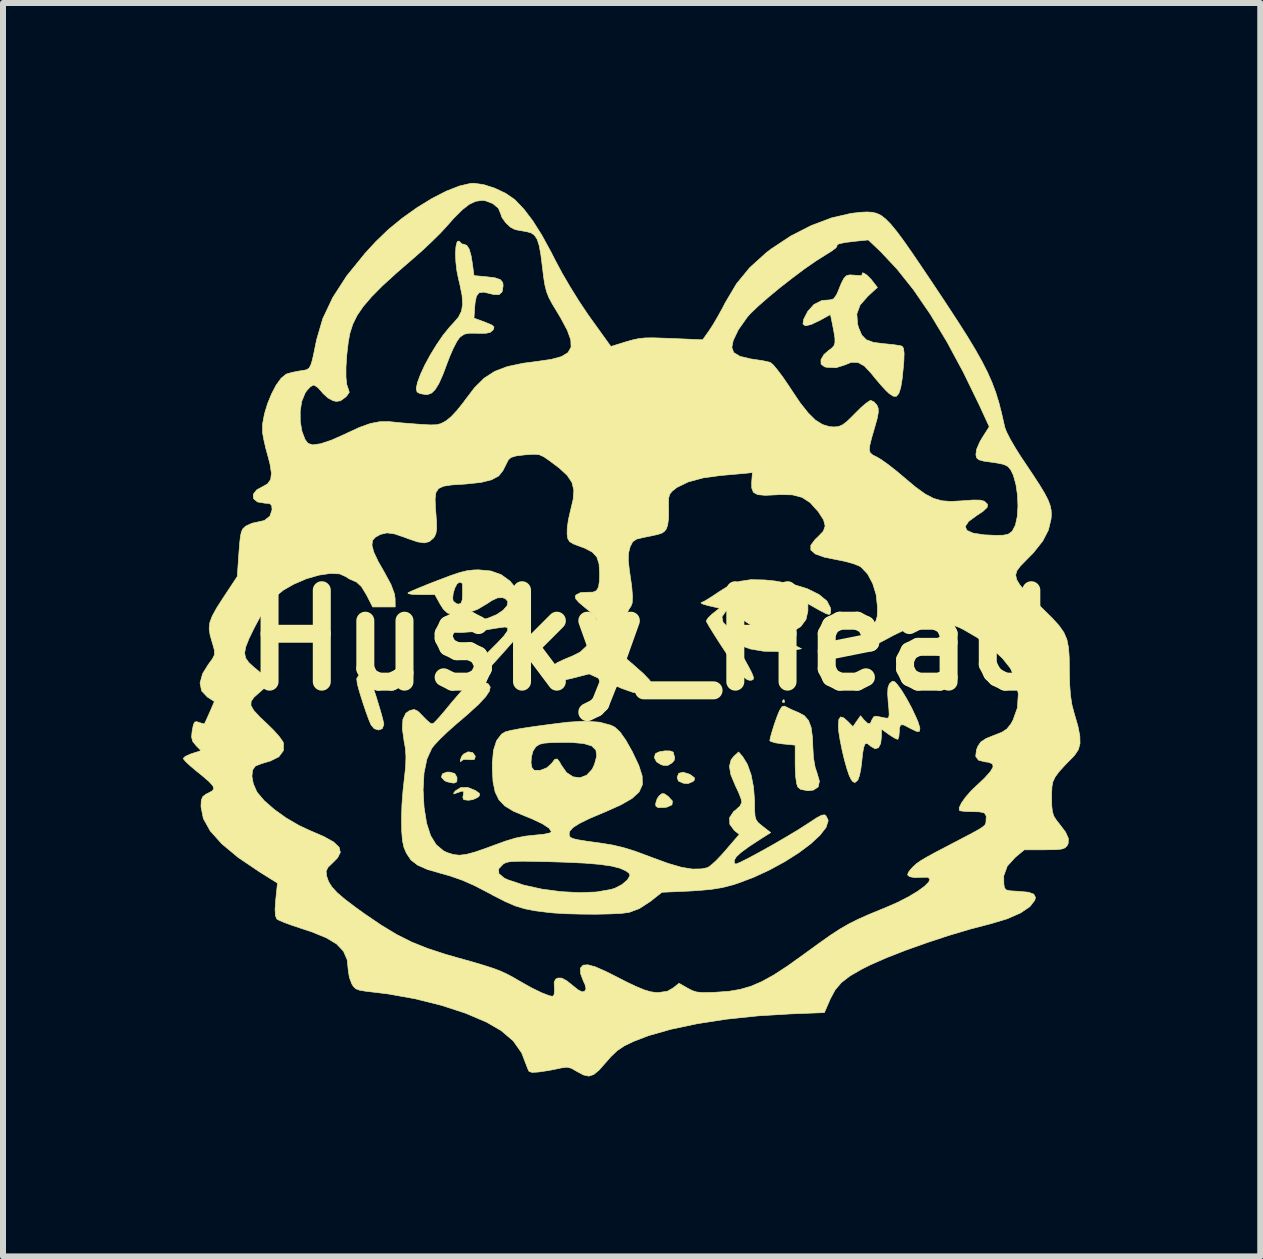
<source format=kicad_pcb>
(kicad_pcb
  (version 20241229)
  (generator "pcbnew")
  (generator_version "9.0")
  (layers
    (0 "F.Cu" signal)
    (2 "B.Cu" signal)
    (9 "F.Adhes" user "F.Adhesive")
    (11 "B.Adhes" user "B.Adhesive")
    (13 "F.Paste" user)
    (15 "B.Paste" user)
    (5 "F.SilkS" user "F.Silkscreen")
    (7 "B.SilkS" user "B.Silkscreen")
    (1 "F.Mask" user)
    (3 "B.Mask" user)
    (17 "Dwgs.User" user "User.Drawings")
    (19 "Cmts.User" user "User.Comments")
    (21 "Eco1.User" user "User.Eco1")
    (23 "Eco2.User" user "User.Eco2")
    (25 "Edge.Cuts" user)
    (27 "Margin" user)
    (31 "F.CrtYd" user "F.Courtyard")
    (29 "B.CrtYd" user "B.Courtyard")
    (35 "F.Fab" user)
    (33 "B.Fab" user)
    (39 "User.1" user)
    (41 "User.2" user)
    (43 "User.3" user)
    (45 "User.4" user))
  (footprint "Husky_Head"
    (layer "F.Cu")
    (at 7.794 7.625)
    (property "Reference" "Husky_Head" (at 0 0 0) (layer "F.SilkS") (effects (font (size 1.524 1.524) (thickness 0.3))))
    (attr through_hole)
    (fp_poly (pts (xy 2.23 0.995) (xy 2.235 1.033) (xy 2.23 1.037) (xy 2.204 1.033) (xy 2.201 1.016) (xy 2.217 0.99) (xy 2.23 0.995)) (stroke (width 0.01) (type solid)) (fill yes) (layer "F.SilkS"))
    (fp_poly (pts (xy 0.645 2.23) (xy 0.672 2.245) (xy 0.734 2.292) (xy 0.731 2.332) (xy 0.711 2.353) (xy 0.626 2.389) (xy 0.55 2.383) (xy 0.466 2.346) (xy 0.445 2.285) (xy 0.472 2.218) (xy 0.544 2.199) (xy 0.645 2.23)) (stroke (width 0.01) (type solid)) (fill yes) (layer "F.SilkS"))
    (fp_poly (pts (xy -3.351 2.197) (xy -3.263 2.22) (xy -3.227 2.282) (xy -3.225 2.294) (xy -3.228 2.359) (xy -3.274 2.38) (xy -3.289 2.38) (xy -3.387 2.36) (xy -3.431 2.341) (xy -3.485 2.281) (xy -3.468 2.226) (xy -3.393 2.197) (xy -3.351 2.197)) (stroke (width 0.01) (type solid)) (fill yes) (layer "F.SilkS"))
    (fp_poly (pts (xy 0.234 2.56) (xy 0.296 2.603) (xy 0.367 2.681) (xy 0.359 2.743) (xy 0.276 2.781) (xy 0.222 2.788) (xy 0.127 2.789) (xy 0.091 2.764) (xy 0.086 2.725) (xy 0.113 2.639) (xy 0.146 2.593) (xy 0.192 2.556) (xy 0.234 2.56)) (stroke (width 0.01) (type solid)) (fill yes) (layer "F.SilkS"))
    (fp_poly (pts (xy -2.964 1.872) (xy -2.923 1.927) (xy -2.921 1.944) (xy -2.937 1.988) (xy -2.999 1.992) (xy -3.023 1.988) (xy -3.115 1.987) (xy -3.147 2.008) (xy -3.166 2.025) (xy -3.17 2) (xy -3.148 1.937) (xy -3.116 1.897) (xy -3.039 1.859) (xy -2.964 1.872)) (stroke (width 0.01) (type solid)) (fill yes) (layer "F.SilkS"))
    (fp_poly (pts (xy 0.331 1.845) (xy 0.379 1.864) (xy 0.381 1.871) (xy 0.395 1.925) (xy 0.405 1.946) (xy 0.396 2.002) (xy 0.359 2.044) (xy 0.289 2.086) (xy 0.223 2.086) (xy 0.179 2.074) (xy 0.102 2.026) (xy 0.065 1.955) (xy 0.083 1.891) (xy 0.087 1.887) (xy 0.151 1.858) (xy 0.244 1.843) (xy 0.331 1.845)) (stroke (width 0.01) (type solid)) (fill yes) (layer "F.SilkS"))
    (fp_poly (pts (xy -2.916 2.505) (xy -2.852 2.552) (xy -2.851 2.591) (xy -2.875 2.616) (xy -2.96 2.656) (xy -3.037 2.667) (xy -3.113 2.657) (xy -3.128 2.616) (xy -3.122 2.588) (xy -3.112 2.526) (xy -3.139 2.513) (xy -3.22 2.541) (xy -3.222 2.542) (xy -3.279 2.561) (xy -3.277 2.542) (xy -3.251 2.51) (xy -3.163 2.455) (xy -3.045 2.453) (xy -2.916 2.505)) (stroke (width 0.01) (type solid)) (fill yes) (layer "F.SilkS"))
    (fp_poly (pts (xy -4.697 0.585) (xy -4.664 0.671) (xy -4.622 0.79) (xy -4.576 0.929) (xy -4.532 1.073) (xy -4.492 1.207) (xy -4.462 1.318) (xy -4.446 1.391) (xy -4.445 1.405) (xy -4.471 1.473) (xy -4.533 1.496) (xy -4.605 1.473) (xy -4.657 1.412) (xy -4.691 1.333) (xy -4.736 1.211) (xy -4.785 1.067) (xy -4.832 0.92) (xy -4.87 0.79) (xy -4.887 0.724) (xy -4.897 0.641) (xy -4.871 0.595) (xy -4.824 0.571) (xy -4.749 0.548) (xy -4.717 0.547) (xy -4.697 0.585)) (stroke (width 0.01) (type solid)) (fill yes) (layer "F.SilkS"))
    (fp_poly (pts (xy 2.266 1.112) (xy 2.347 1.153) (xy 2.458 1.2) (xy 2.466 1.203) (xy 2.565 1.256) (xy 2.635 1.336) (xy 2.679 1.453) (xy 2.701 1.616) (xy 2.707 1.769) (xy 2.718 1.958) (xy 2.746 2.119) (xy 2.777 2.21) (xy 2.817 2.348) (xy 2.797 2.444) (xy 2.717 2.497) (xy 2.627 2.508) (xy 2.506 2.486) (xy 2.457 2.447) (xy 2.438 2.39) (xy 2.423 2.286) (xy 2.415 2.154) (xy 2.413 2.067) (xy 2.413 1.748) (xy 2.201 1.727) (xy 2.081 1.709) (xy 2.004 1.685) (xy 1.99 1.671) (xy 2.002 1.612) (xy 2.03 1.513) (xy 2.067 1.396) (xy 2.108 1.28) (xy 2.145 1.188) (xy 2.157 1.163) (xy 2.196 1.104) (xy 2.236 1.097) (xy 2.266 1.112)) (stroke (width 0.01) (type solid)) (fill yes) (layer "F.SilkS"))
    (fp_poly (pts (xy -3.177 -6.648) (xy -3.175 -6.638) (xy -3.141 -6.607) (xy -3.114 -6.604) (xy -3.062 -6.584) (xy -3.021 -6.521) (xy -2.989 -6.407) (xy -2.967 -6.271) (xy -2.942 -6.08) (xy -2.752 -6.063) (xy -2.593 -6.044) (xy -2.502 -6.013) (xy -2.462 -5.964) (xy -2.456 -5.912) (xy -2.473 -5.809) (xy -2.525 -5.762) (xy -2.62 -5.766) (xy -2.662 -5.777) (xy -2.78 -5.805) (xy -2.857 -5.794) (xy -2.901 -5.738) (xy -2.923 -5.629) (xy -2.928 -5.577) (xy -2.942 -5.371) (xy -2.761 -5.305) (xy -2.653 -5.261) (xy -2.609 -5.228) (xy -2.615 -5.19) (xy -2.625 -5.174) (xy -2.668 -5.136) (xy -2.739 -5.119) (xy -2.866 -5.118) (xy -2.885 -5.119) (xy -3.02 -5.12) (xy -3.102 -5.104) (xy -3.164 -5.063) (xy -3.183 -5.046) (xy -3.228 -4.981) (xy -3.285 -4.872) (xy -3.345 -4.735) (xy -3.385 -4.631) (xy -3.461 -4.428) (xy -3.527 -4.281) (xy -3.588 -4.182) (xy -3.647 -4.123) (xy -3.712 -4.098) (xy -3.742 -4.096) (xy -3.841 -4.113) (xy -3.89 -4.139) (xy -3.905 -4.196) (xy -3.884 -4.297) (xy -3.834 -4.432) (xy -3.761 -4.59) (xy -3.669 -4.759) (xy -3.565 -4.929) (xy -3.456 -5.088) (xy -3.345 -5.225) (xy -3.285 -5.289) (xy -3.201 -5.386) (xy -3.15 -5.487) (xy -3.131 -5.605) (xy -3.141 -5.754) (xy -3.18 -5.946) (xy -3.198 -6.017) (xy -3.227 -6.16) (xy -3.244 -6.308) (xy -3.25 -6.446) (xy -3.243 -6.561) (xy -3.225 -6.636) (xy -3.207 -6.656) (xy -3.177 -6.648)) (stroke (width 0.01) (type solid)) (fill yes) (layer "F.SilkS"))
    (fp_poly (pts (xy 4.073 0.692) (xy 4.116 0.738) (xy 4.187 0.834) (xy 4.27 0.971) (xy 4.355 1.128) (xy 4.429 1.285) (xy 4.46 1.357) (xy 4.493 1.464) (xy 4.486 1.517) (xy 4.435 1.518) (xy 4.335 1.47) (xy 4.318 1.46) (xy 4.221 1.41) (xy 4.17 1.41) (xy 4.151 1.464) (xy 4.149 1.524) (xy 4.142 1.604) (xy 4.126 1.648) (xy 4.119 1.651) (xy 4.072 1.631) (xy 3.993 1.581) (xy 3.971 1.566) (xy 3.852 1.48) (xy 3.852 1.595) (xy 3.839 1.719) (xy 3.801 1.791) (xy 3.744 1.808) (xy 3.672 1.766) (xy 3.659 1.754) (xy 3.614 1.719) (xy 3.58 1.726) (xy 3.556 1.781) (xy 3.537 1.888) (xy 3.524 2.014) (xy 3.508 2.145) (xy 3.485 2.256) (xy 3.458 2.328) (xy 3.45 2.339) (xy 3.408 2.372) (xy 3.373 2.355) (xy 3.346 2.32) (xy 3.312 2.249) (xy 3.273 2.132) (xy 3.232 1.985) (xy 3.194 1.823) (xy 3.162 1.664) (xy 3.14 1.525) (xy 3.133 1.423) (xy 3.141 1.32) (xy 3.17 1.277) (xy 3.223 1.293) (xy 3.293 1.355) (xy 3.376 1.44) (xy 3.439 1.349) (xy 3.503 1.258) (xy 3.561 1.328) (xy 3.624 1.387) (xy 3.667 1.385) (xy 3.692 1.326) (xy 3.726 1.272) (xy 3.769 1.266) (xy 3.863 1.285) (xy 3.912 1.295) (xy 3.951 1.299) (xy 3.973 1.284) (xy 3.98 1.238) (xy 3.976 1.149) (xy 3.965 1.043) (xy 3.955 0.891) (xy 3.96 0.791) (xy 3.983 0.729) (xy 3.993 0.717) (xy 4.036 0.681) (xy 4.073 0.692)) (stroke (width 0.01) (type solid)) (fill yes) (layer "F.SilkS"))
    (fp_poly (pts (xy 3.556 -6.123) (xy 3.609 -6.088) (xy 3.677 -6.02) (xy 3.696 -5.996) (xy 3.784 -5.883) (xy 3.626 -5.738) (xy 3.496 -5.591) (xy 3.441 -5.442) (xy 3.453 -5.273) (xy 3.47 -5.212) (xy 3.523 -5.088) (xy 3.598 -5.011) (xy 3.717 -4.967) (xy 3.898 -4.944) (xy 3.904 -4.944) (xy 4.045 -4.93) (xy 4.154 -4.914) (xy 4.196 -4.903) (xy 4.219 -4.868) (xy 4.229 -4.787) (xy 4.225 -4.652) (xy 4.218 -4.572) (xy 4.197 -4.361) (xy 4.172 -4.209) (xy 4.14 -4.113) (xy 4.1 -4.068) (xy 4.047 -4.07) (xy 3.979 -4.115) (xy 3.924 -4.167) (xy 3.847 -4.251) (xy 3.752 -4.363) (xy 3.679 -4.453) (xy 3.567 -4.573) (xy 3.46 -4.632) (xy 3.349 -4.635) (xy 3.236 -4.589) (xy 3.095 -4.545) (xy 2.936 -4.552) (xy 2.903 -4.56) (xy 2.845 -4.604) (xy 2.843 -4.678) (xy 2.893 -4.764) (xy 2.966 -4.828) (xy 3.023 -4.87) (xy 3.059 -4.91) (xy 3.076 -4.961) (xy 3.076 -5.034) (xy 3.059 -5.144) (xy 3.028 -5.302) (xy 3.023 -5.328) (xy 3.001 -5.432) (xy 2.826 -5.335) (xy 2.679 -5.265) (xy 2.584 -5.243) (xy 2.543 -5.272) (xy 2.554 -5.35) (xy 2.619 -5.477) (xy 2.624 -5.485) (xy 2.726 -5.599) (xy 2.858 -5.665) (xy 2.999 -5.676) (xy 3.055 -5.693) (xy 3.104 -5.763) (xy 3.125 -5.81) (xy 3.18 -5.946) (xy 3.223 -6.031) (xy 3.266 -6.077) (xy 3.319 -6.092) (xy 3.392 -6.088) (xy 3.41 -6.086) (xy 3.51 -6.08) (xy 3.533 -6.098) (xy 3.53 -6.102) (xy 3.533 -6.125) (xy 3.556 -6.123)) (stroke (width 0.01) (type solid)) (fill yes) (layer "F.SilkS"))
    (fp_poly (pts (xy -2.663 -1.156) (xy -2.491 -1.096) (xy -2.343 -0.989) (xy -2.208 -0.828) (xy -2.139 -0.72) (xy -2.071 -0.601) (xy -2.026 -0.507) (xy -2.009 -0.425) (xy -2.023 -0.344) (xy -2.071 -0.252) (xy -2.157 -0.138) (xy -2.283 0.011) (xy -2.378 0.12) (xy -2.51 0.268) (xy -2.626 0.396) (xy -2.718 0.495) (xy -2.779 0.556) (xy -2.799 0.571) (xy -2.825 0.544) (xy -2.851 0.477) (xy -2.853 0.471) (xy -2.855 0.371) (xy -2.826 0.317) (xy -2.776 0.267) (xy -2.691 0.183) (xy -2.589 0.081) (xy -2.572 0.065) (xy -2.447 -0.067) (xy -2.383 -0.157) (xy -2.378 -0.208) (xy -2.424 -0.222) (xy -2.491 -0.214) (xy -2.611 -0.196) (xy -2.731 -0.175) (xy -2.951 -0.144) (xy -3.154 -0.13) (xy -3.323 -0.134) (xy -3.437 -0.155) (xy -3.469 -0.172) (xy -3.487 -0.216) (xy -3.433 -0.25) (xy -3.302 -0.278) (xy -3.122 -0.298) (xy -2.95 -0.319) (xy -2.782 -0.35) (xy -2.708 -0.369) (xy -2.564 -0.428) (xy -2.456 -0.501) (xy -2.39 -0.577) (xy -2.376 -0.646) (xy -2.421 -0.696) (xy -2.465 -0.71) (xy -2.548 -0.708) (xy -2.644 -0.664) (xy -2.709 -0.62) (xy -2.882 -0.517) (xy -3.064 -0.449) (xy -3.233 -0.424) (xy -3.302 -0.429) (xy -3.385 -0.456) (xy -3.451 -0.517) (xy -3.507 -0.605) (xy -3.56 -0.701) (xy -3.297 -0.701) (xy -3.288 -0.653) (xy -3.232 -0.609) (xy -3.197 -0.603) (xy -3.157 -0.619) (xy -3.137 -0.676) (xy -3.133 -0.762) (xy -3.133 -0.945) (xy -3.166 -0.967) (xy -3.185 -0.968) (xy -3.225 -0.94) (xy -3.261 -0.872) (xy -3.288 -0.784) (xy -3.297 -0.701) (xy -3.56 -0.701) (xy -3.594 -0.762) (xy -3.837 -0.762) (xy -3.975 -0.766) (xy -4.041 -0.779) (xy -4.041 -0.792) (xy -3.989 -0.818) (xy -3.878 -0.865) (xy -3.725 -0.928) (xy -3.545 -0.998) (xy -3.337 -1.077) (xy -3.182 -1.129) (xy -3.061 -1.159) (xy -2.953 -1.172) (xy -2.868 -1.175) (xy -2.663 -1.156)) (stroke (width 0.01) (type solid)) (fill yes) (layer "F.SilkS"))
    (fp_poly (pts (xy 1.904 -1.006) (xy 2.081 -0.988) (xy 2.368 -0.936) (xy 2.614 -0.86) (xy 2.809 -0.764) (xy 2.942 -0.655) (xy 3.003 -0.537) (xy 3.006 -0.505) (xy 3.002 -0.451) (xy 2.981 -0.43) (xy 2.929 -0.444) (xy 2.832 -0.494) (xy 2.762 -0.533) (xy 2.625 -0.611) (xy 2.625 -0.488) (xy 2.593 -0.347) (xy 2.506 -0.229) (xy 2.379 -0.151) (xy 2.319 -0.134) (xy 2.113 -0.123) (xy 1.895 -0.162) (xy 1.691 -0.242) (xy 1.525 -0.354) (xy 1.457 -0.43) (xy 1.395 -0.508) (xy 1.348 -0.534) (xy 1.296 -0.513) (xy 1.255 -0.482) (xy 1.192 -0.391) (xy 1.211 -0.298) (xy 1.281 -0.23) (xy 1.353 -0.186) (xy 1.441 -0.149) (xy 1.562 -0.113) (xy 1.733 -0.074) (xy 1.959 -0.03) (xy 2.134 0.007) (xy 2.289 0.047) (xy 2.397 0.081) (xy 2.413 0.089) (xy 2.519 0.141) (xy 2.392 0.162) (xy 2.135 0.187) (xy 1.887 0.182) (xy 1.673 0.146) (xy 1.585 0.116) (xy 1.412 0.042) (xy 1.549 0.283) (xy 1.636 0.439) (xy 1.691 0.546) (xy 1.717 0.613) (xy 1.716 0.649) (xy 1.691 0.664) (xy 1.654 0.667) (xy 1.614 0.656) (xy 1.565 0.62) (xy 1.503 0.55) (xy 1.421 0.441) (xy 1.312 0.284) (xy 1.249 0.191) (xy 1.143 0.03) (xy 1.053 -0.112) (xy 0.983 -0.225) (xy 0.941 -0.299) (xy 0.931 -0.323) (xy 0.959 -0.37) (xy 1.026 -0.435) (xy 1.042 -0.448) (xy 1.153 -0.535) (xy 0.972 -0.576) (xy 0.878 -0.602) (xy 0.842 -0.623) (xy 0.851 -0.63) (xy 0.909 -0.657) (xy 0.984 -0.703) (xy 2.144 -0.703) (xy 2.146 -0.611) (xy 2.17 -0.475) (xy 2.201 -0.398) (xy 2.243 -0.376) (xy 2.301 -0.405) (xy 2.32 -0.421) (xy 2.388 -0.521) (xy 2.389 -0.622) (xy 2.332 -0.696) (xy 2.233 -0.755) (xy 2.171 -0.758) (xy 2.144 -0.703) (xy 0.984 -0.703) (xy 1.007 -0.717) (xy 1.127 -0.797) (xy 1.147 -0.811) (xy 1.319 -0.918) (xy 1.488 -0.983) (xy 1.675 -1.011) (xy 1.904 -1.006)) (stroke (width 0.01) (type solid)) (fill yes) (layer "F.SilkS"))
    (fp_poly (pts (xy -2.774 0.692) (xy -2.702 0.729) (xy -2.671 0.78) (xy -2.686 0.849) (xy -2.749 0.943) (xy -2.864 1.066) (xy -3.035 1.223) (xy -3.238 1.397) (xy -3.378 1.521) (xy -3.505 1.642) (xy -3.602 1.746) (xy -3.646 1.802) (xy -3.727 1.981) (xy -3.775 2.214) (xy -3.79 2.494) (xy -3.774 2.784) (xy -3.732 3.048) (xy -3.666 3.255) (xy -3.572 3.408) (xy -3.449 3.511) (xy -3.389 3.539) (xy -3.285 3.572) (xy -3.184 3.583) (xy -3.067 3.569) (xy -2.917 3.528) (xy -2.717 3.458) (xy -2.64 3.429) (xy -2.42 3.349) (xy -2.247 3.297) (xy -2.093 3.266) (xy -1.936 3.249) (xy -1.774 3.233) (xy -1.676 3.211) (xy -1.651 3.192) (xy -1.69 3.132) (xy -1.801 3.059) (xy -1.976 2.976) (xy -2.1 2.926) (xy -2.288 2.847) (xy -2.428 2.761) (xy -2.526 2.658) (xy -2.589 2.529) (xy -2.624 2.361) (xy -2.636 2.146) (xy -2.636 2.047) (xy -2.635 2.042) (xy -1.991 2.042) (xy -1.976 2.123) (xy -1.939 2.167) (xy -1.937 2.167) (xy -1.833 2.167) (xy -1.725 2.124) (xy -1.646 2.052) (xy -1.644 2.049) (xy -1.595 1.985) (xy -1.555 1.978) (xy -1.512 2.032) (xy -1.49 2.075) (xy -1.4 2.204) (xy -1.29 2.276) (xy -1.174 2.291) (xy -1.063 2.249) (xy -0.971 2.15) (xy -0.933 2.069) (xy -0.896 1.931) (xy -0.909 1.83) (xy -0.979 1.761) (xy -1.113 1.721) (xy -1.317 1.703) (xy -1.477 1.702) (xy -1.657 1.706) (xy -1.773 1.715) (xy -1.846 1.733) (xy -1.896 1.763) (xy -1.913 1.777) (xy -1.958 1.847) (xy -1.984 1.942) (xy -1.991 2.042) (xy -2.635 2.042) (xy -2.617 1.836) (xy -2.565 1.673) (xy -2.482 1.564) (xy -2.418 1.526) (xy -2.326 1.502) (xy -2.16 1.471) (xy -1.929 1.436) (xy -1.644 1.398) (xy -1.376 1.365) (xy -1.093 1.348) (xy -0.849 1.365) (xy -0.658 1.416) (xy -0.593 1.449) (xy -0.506 1.53) (xy -0.408 1.669) (xy -0.301 1.86) (xy -0.195 2.083) (xy -0.138 2.261) (xy -0.134 2.406) (xy -0.188 2.527) (xy -0.306 2.636) (xy -0.492 2.743) (xy -0.751 2.859) (xy -0.783 2.872) (xy -1.019 2.972) (xy -1.185 3.054) (xy -1.29 3.121) (xy -1.344 3.18) (xy -1.355 3.222) (xy -1.352 3.259) (xy -1.334 3.286) (xy -1.289 3.307) (xy -1.201 3.327) (xy -1.058 3.35) (xy -0.846 3.379) (xy -0.832 3.381) (xy -0.633 3.413) (xy -0.45 3.456) (xy -0.254 3.517) (xy -0.019 3.604) (xy 0.025 3.621) (xy 0.299 3.721) (xy 0.52 3.785) (xy 0.699 3.814) (xy 0.852 3.811) (xy 0.953 3.79) (xy 1.005 3.755) (xy 1.088 3.68) (xy 1.188 3.576) (xy 1.252 3.503) (xy 1.482 3.236) (xy 1.397 3.168) (xy 1.323 3.067) (xy 1.32 2.956) (xy 1.387 2.855) (xy 1.418 2.832) (xy 1.492 2.765) (xy 1.524 2.701) (xy 1.524 2.7) (xy 1.51 2.639) (xy 1.472 2.541) (xy 1.418 2.426) (xy 1.418 2.426) (xy 1.341 2.243) (xy 1.317 2.101) (xy 1.345 1.992) (xy 1.391 1.934) (xy 1.47 1.862) (xy 1.537 1.939) (xy 1.616 2.067) (xy 1.678 2.242) (xy 1.719 2.451) (xy 1.736 2.677) (xy 1.736 2.696) (xy 1.737 2.837) (xy 1.744 2.931) (xy 1.762 2.993) (xy 1.797 3.041) (xy 1.855 3.089) (xy 1.87 3.101) (xy 2.005 3.206) (xy 1.842 3.309) (xy 1.646 3.437) (xy 1.512 3.535) (xy 1.432 3.609) (xy 1.399 3.665) (xy 1.397 3.681) (xy 1.402 3.724) (xy 1.431 3.729) (xy 1.508 3.696) (xy 1.513 3.693) (xy 1.658 3.62) (xy 1.846 3.518) (xy 2.057 3.4) (xy 2.269 3.276) (xy 2.463 3.16) (xy 2.616 3.062) (xy 2.648 3.041) (xy 2.775 2.958) (xy 2.855 2.916) (xy 2.903 2.91) (xy 2.924 2.923) (xy 2.958 2.987) (xy 2.963 3.009) (xy 2.928 3.119) (xy 2.827 3.249) (xy 2.672 3.393) (xy 2.473 3.542) (xy 2.24 3.69) (xy 1.984 3.829) (xy 1.716 3.953) (xy 1.446 4.054) (xy 1.378 4.076) (xy 1.199 4.122) (xy 1.009 4.153) (xy 0.78 4.173) (xy 0.644 4.181) (xy 0.191 4.201) (xy 0 4.352) (xy -0.184 4.472) (xy -0.358 4.537) (xy -0.36 4.537) (xy -0.488 4.553) (xy -0.678 4.562) (xy -0.908 4.567) (xy -1.155 4.565) (xy -1.398 4.559) (xy -1.613 4.546) (xy -1.705 4.537) (xy -1.92 4.51) (xy -2.094 4.476) (xy -2.251 4.429) (xy -2.416 4.358) (xy -2.612 4.258) (xy -2.689 4.216) (xy -2.929 4.091) (xy -3.138 3.999) (xy -3.345 3.927) (xy -3.492 3.886) (xy -3.721 3.819) (xy -3.737 3.812) (xy -2.532 3.812) (xy -2.526 3.891) (xy -2.436 3.965) (xy -2.381 3.991) (xy -2.113 4.081) (xy -1.811 4.148) (xy -1.495 4.19) (xy -1.184 4.207) (xy -0.9 4.196) (xy -0.663 4.155) (xy -0.593 4.134) (xy -0.477 4.074) (xy -0.388 3.999) (xy -0.382 3.991) (xy -0.342 3.925) (xy -0.355 3.884) (xy -0.413 3.842) (xy -0.51 3.799) (xy -0.649 3.764) (xy -0.841 3.736) (xy -1.093 3.715) (xy -1.415 3.7) (xy -1.662 3.692) (xy -1.925 3.686) (xy -2.117 3.683) (xy -2.252 3.685) (xy -2.341 3.691) (xy -2.4 3.703) (xy -2.442 3.722) (xy -2.455 3.731) (xy -2.532 3.812) (xy -3.737 3.812) (xy -3.882 3.748) (xy -3.992 3.663) (xy -4.068 3.55) (xy -4.109 3.453) (xy -4.134 3.34) (xy -4.147 3.175) (xy -4.15 2.972) (xy -4.143 2.741) (xy -4.124 2.495) (xy -4.103 2.307) (xy -4.081 2.103) (xy -4.076 1.938) (xy -4.087 1.792) (xy -4.107 1.681) (xy -4.136 1.473) (xy -4.127 1.319) (xy -4.078 1.216) (xy -4.013 1.171) (xy -3.939 1.153) (xy -3.881 1.18) (xy -3.848 1.21) (xy -3.748 1.313) (xy -3.685 1.371) (xy -3.646 1.393) (xy -3.617 1.383) (xy -3.582 1.35) (xy -3.569 1.336) (xy -3.512 1.273) (xy -3.427 1.174) (xy -3.331 1.057) (xy -3.302 1.022) (xy -3.159 0.857) (xy -3.038 0.748) (xy -2.93 0.69) (xy -2.829 0.68) (xy -2.774 0.692)) (stroke (width 0.01) (type solid)) (fill yes) (layer "F.SilkS"))
    (fp_poly (pts (xy -2.781 -7.597) (xy -2.594 -7.537) (xy -2.413 -7.451) (xy -2.267 -7.351) (xy -2.252 -7.337) (xy -2.106 -7.183) (xy -1.961 -6.992) (xy -1.812 -6.756) (xy -1.655 -6.469) (xy -1.586 -6.333) (xy -1.476 -6.127) (xy -1.339 -5.892) (xy -1.19 -5.652) (xy -1.044 -5.434) (xy -1.005 -5.379) (xy -0.66 -4.899) (xy -0.406 -4.977) (xy -0.293 -5.009) (xy -0.194 -5.03) (xy -0.09 -5.041) (xy 0.043 -5.043) (xy 0.226 -5.037) (xy 0.359 -5.032) (xy 0.871 -5.01) (xy 0.98 -5.164) (xy 1.044 -5.262) (xy 1.123 -5.397) (xy 1.207 -5.549) (xy 1.249 -5.631) (xy 1.435 -5.944) (xy 1.656 -6.213) (xy 1.927 -6.458) (xy 2.017 -6.527) (xy 2.341 -6.741) (xy 2.68 -6.914) (xy 3.019 -7.042) (xy 3.347 -7.118) (xy 3.518 -7.137) (xy 3.613 -7.141) (xy 3.695 -7.136) (xy 3.77 -7.119) (xy 3.844 -7.084) (xy 3.92 -7.025) (xy 4.005 -6.939) (xy 4.103 -6.82) (xy 4.22 -6.663) (xy 4.36 -6.463) (xy 4.529 -6.214) (xy 4.683 -5.985) (xy 4.916 -5.635) (xy 5.113 -5.334) (xy 5.279 -5.074) (xy 5.416 -4.847) (xy 5.528 -4.648) (xy 5.62 -4.467) (xy 5.695 -4.297) (xy 5.757 -4.132) (xy 5.809 -3.963) (xy 5.855 -3.783) (xy 5.9 -3.585) (xy 5.906 -3.556) (xy 5.936 -3.476) (xy 5.998 -3.354) (xy 6.084 -3.206) (xy 6.185 -3.046) (xy 6.217 -2.999) (xy 6.369 -2.772) (xy 6.486 -2.593) (xy 6.571 -2.452) (xy 6.629 -2.34) (xy 6.664 -2.248) (xy 6.681 -2.167) (xy 6.684 -2.087) (xy 6.679 -2.023) (xy 6.635 -1.838) (xy 6.54 -1.655) (xy 6.385 -1.459) (xy 6.252 -1.324) (xy 6.166 -1.236) (xy 6.11 -1.161) (xy 6.089 -1.09) (xy 6.105 -1.012) (xy 6.161 -0.92) (xy 6.262 -0.803) (xy 6.41 -0.653) (xy 6.548 -0.519) (xy 6.703 -0.366) (xy 6.816 -0.241) (xy 6.894 -0.128) (xy 6.943 -0.013) (xy 6.97 0.121) (xy 6.982 0.288) (xy 6.984 0.492) (xy 6.989 0.728) (xy 7.003 0.917) (xy 7.027 1.075) (xy 7.065 1.218) (xy 7.066 1.222) (xy 7.127 1.432) (xy 7.159 1.595) (xy 7.162 1.72) (xy 7.135 1.821) (xy 7.077 1.909) (xy 7.049 1.94) (xy 6.908 2.085) (xy 6.81 2.193) (xy 6.747 2.279) (xy 6.71 2.357) (xy 6.694 2.44) (xy 6.689 2.545) (xy 6.689 2.619) (xy 6.691 2.762) (xy 6.702 2.86) (xy 6.726 2.934) (xy 6.771 3.003) (xy 6.815 3.058) (xy 6.921 3.198) (xy 6.969 3.305) (xy 6.964 3.391) (xy 6.945 3.426) (xy 6.911 3.46) (xy 6.857 3.48) (xy 6.762 3.49) (xy 6.607 3.492) (xy 6.565 3.493) (xy 6.233 3.493) (xy 6.082 3.618) (xy 5.949 3.765) (xy 5.89 3.928) (xy 5.892 4.066) (xy 5.903 4.129) (xy 5.933 4.162) (xy 6.002 4.177) (xy 6.133 4.185) (xy 6.137 4.185) (xy 6.302 4.2) (xy 6.392 4.233) (xy 6.419 4.287) (xy 6.408 4.334) (xy 6.325 4.441) (xy 6.169 4.546) (xy 5.951 4.642) (xy 5.682 4.723) (xy 5.652 4.731) (xy 5.327 4.816) (xy 4.974 4.921) (xy 4.613 5.04) (xy 4.262 5.165) (xy 3.941 5.29) (xy 3.67 5.409) (xy 3.526 5.481) (xy 3.325 5.597) (xy 3.183 5.707) (xy 3.08 5.828) (xy 2.998 5.979) (xy 2.985 6.011) (xy 2.9 6.207) (xy 2.328 6.229) (xy 1.786 6.262) (xy 1.265 6.317) (xy 0.78 6.392) (xy 0.342 6.485) (xy -0.035 6.592) (xy -0.286 6.689) (xy -0.438 6.763) (xy -0.554 6.841) (xy -0.66 6.942) (xy -0.745 7.039) (xy -0.857 7.166) (xy -0.947 7.24) (xy -1.029 7.266) (xy -1.116 7.247) (xy -1.224 7.189) (xy -1.229 7.186) (xy -1.32 7.134) (xy -1.393 7.117) (xy -1.49 7.13) (xy -1.539 7.141) (xy -1.694 7.172) (xy -1.849 7.195) (xy -1.871 7.198) (xy -1.976 7.204) (xy -2.026 7.185) (xy -2.051 7.13) (xy -2.053 7.123) (xy -2.147 6.878) (xy -2.288 6.678) (xy -2.489 6.507) (xy -2.733 6.366) (xy -3.08 6.218) (xy -3.485 6.086) (xy -3.925 5.976) (xy -4.372 5.896) (xy -4.566 5.872) (xy -4.739 5.852) (xy -4.848 5.834) (xy -4.911 5.81) (xy -4.95 5.774) (xy -4.979 5.728) (xy -5.019 5.621) (xy -5.038 5.505) (xy -5.038 5.498) (xy -5.056 5.325) (xy -5.118 5.183) (xy -5.232 5.063) (xy -5.408 4.958) (xy -5.655 4.858) (xy -5.798 4.811) (xy -5.967 4.755) (xy -6.109 4.703) (xy -6.203 4.662) (xy -6.228 4.647) (xy -6.252 4.592) (xy -6.258 4.484) (xy -6.247 4.326) (xy -6.218 4.048) (xy -6.52 3.859) (xy -6.874 3.62) (xy -7.146 3.393) (xy -7.339 3.178) (xy -7.454 2.971) (xy -7.493 2.773) (xy -7.493 2.77) (xy -7.488 2.668) (xy -7.465 2.608) (xy -7.411 2.566) (xy -7.37 2.546) (xy -7.305 2.511) (xy -7.279 2.473) (xy -7.296 2.424) (xy -7.36 2.354) (xy -7.478 2.253) (xy -7.563 2.185) (xy -7.67 2.095) (xy -7.75 2.02) (xy -7.788 1.974) (xy -7.789 1.969) (xy -7.754 1.935) (xy -7.666 1.896) (xy -7.641 1.887) (xy -7.492 1.84) (xy -7.579 1.751) (xy -7.632 1.684) (xy -7.65 1.612) (xy -7.64 1.507) (xy -7.638 1.499) (xy -7.619 1.405) (xy -7.596 1.362) (xy -7.561 1.357) (xy -7.526 1.369) (xy -7.458 1.391) (xy -7.435 1.392) (xy -7.419 1.358) (xy -7.384 1.282) (xy -7.348 1.201) (xy -7.27 1.021) (xy -7.388 0.944) (xy -7.483 0.843) (xy -7.509 0.712) (xy -7.466 0.556) (xy -7.372 0.404) (xy -7.302 0.309) (xy -7.268 0.242) (xy -7.268 0.212) (xy -6.766 0.212) (xy -6.749 0.295) (xy -6.696 0.371) (xy -6.606 0.453) (xy -6.562 0.489) (xy -6.458 0.576) (xy -6.382 0.649) (xy -6.35 0.692) (xy -6.35 0.694) (xy -6.377 0.736) (xy -6.447 0.806) (xy -6.521 0.871) (xy -6.611 0.951) (xy -6.658 1.02) (xy -6.66 1.089) (xy -6.612 1.171) (xy -6.513 1.278) (xy -6.393 1.391) (xy -6.279 1.503) (xy -6.186 1.608) (xy -6.128 1.69) (xy -6.118 1.713) (xy -6.119 1.838) (xy -6.195 1.942) (xy -6.34 2.014) (xy -6.367 2.021) (xy -6.486 2.057) (xy -6.576 2.092) (xy -6.589 2.099) (xy -6.633 2.164) (xy -6.644 2.267) (xy -6.621 2.391) (xy -6.567 2.516) (xy -6.554 2.538) (xy -6.441 2.672) (xy -6.273 2.819) (xy -6.072 2.963) (xy -5.858 3.088) (xy -5.684 3.169) (xy -5.443 3.273) (xy -5.28 3.364) (xy -5.191 3.45) (xy -5.17 3.536) (xy -5.216 3.627) (xy -5.295 3.707) (xy -5.376 3.785) (xy -5.407 3.85) (xy -5.399 3.928) (xy -5.398 3.933) (xy -5.366 4.024) (xy -5.311 4.112) (xy -5.224 4.207) (xy -5.095 4.317) (xy -4.916 4.453) (xy -4.77 4.558) (xy -4.486 4.751) (xy -4.231 4.905) (xy -3.983 5.03) (xy -3.719 5.136) (xy -3.417 5.235) (xy -3.239 5.286) (xy -2.975 5.36) (xy -2.776 5.419) (xy -2.624 5.468) (xy -2.504 5.513) (xy -2.399 5.561) (xy -2.293 5.617) (xy -2.18 5.683) (xy -1.981 5.795) (xy -1.812 5.877) (xy -1.684 5.926) (xy -1.63 5.936) (xy -1.606 5.908) (xy -1.599 5.834) (xy -1.602 5.795) (xy -1.605 5.701) (xy -1.582 5.651) (xy -1.542 5.63) (xy -1.478 5.632) (xy -1.396 5.676) (xy -1.306 5.748) (xy -1.206 5.828) (xy -1.14 5.861) (xy -1.097 5.852) (xy -1.074 5.81) (xy -1.091 5.738) (xy -1.121 5.673) (xy -1.162 5.565) (xy -1.169 5.477) (xy -1.164 5.461) (xy -1.122 5.416) (xy -1.043 5.41) (xy -0.921 5.443) (xy -0.75 5.518) (xy -0.623 5.581) (xy -0.399 5.696) (xy -0.23 5.776) (xy -0.101 5.829) (xy 0.001 5.859) (xy 0.09 5.872) (xy 0.13 5.873) (xy 0.283 5.851) (xy 0.379 5.796) (xy 0.477 5.718) (xy 0.62 5.8) (xy 0.699 5.841) (xy 0.774 5.864) (xy 0.871 5.873) (xy 1.016 5.871) (xy 1.098 5.867) (xy 1.308 5.852) (xy 1.496 5.82) (xy 1.676 5.768) (xy 1.859 5.689) (xy 2.058 5.579) (xy 2.285 5.431) (xy 2.552 5.24) (xy 2.592 5.211) (xy 2.819 5.046) (xy 3.003 4.916) (xy 3.161 4.813) (xy 3.309 4.728) (xy 3.463 4.651) (xy 3.64 4.572) (xy 3.856 4.483) (xy 3.909 4.462) (xy 4.12 4.37) (xy 4.305 4.275) (xy 4.458 4.183) (xy 4.572 4.099) (xy 4.641 4.029) (xy 4.659 3.977) (xy 4.618 3.95) (xy 4.519 3.952) (xy 4.406 3.956) (xy 4.323 3.941) (xy 4.321 3.94) (xy 4.287 3.911) (xy 4.301 3.868) (xy 4.337 3.821) (xy 4.384 3.77) (xy 4.438 3.722) (xy 4.511 3.671) (xy 4.617 3.609) (xy 4.766 3.528) (xy 4.971 3.421) (xy 5.016 3.397) (xy 5.227 3.287) (xy 5.379 3.207) (xy 5.481 3.15) (xy 5.543 3.109) (xy 5.576 3.079) (xy 5.59 3.052) (xy 5.594 3.029) (xy 5.599 2.931) (xy 5.569 2.879) (xy 5.488 2.86) (xy 5.383 2.857) (xy 5.258 2.854) (xy 5.172 2.844) (xy 5.152 2.838) (xy 5.147 2.793) (xy 5.185 2.713) (xy 5.257 2.612) (xy 5.352 2.504) (xy 5.409 2.45) (xy 5.568 2.3) (xy 5.668 2.189) (xy 5.713 2.111) (xy 5.703 2.061) (xy 5.64 2.034) (xy 5.577 2.026) (xy 5.47 1.999) (xy 5.423 1.935) (xy 5.435 1.83) (xy 5.459 1.767) (xy 5.508 1.695) (xy 5.595 1.638) (xy 5.726 1.585) (xy 5.859 1.533) (xy 5.943 1.478) (xy 6.007 1.398) (xy 6.044 1.333) (xy 6.118 1.126) (xy 6.133 0.895) (xy 6.09 0.662) (xy 6.002 0.467) (xy 5.868 0.299) (xy 5.678 0.123) (xy 5.453 -0.043) (xy 5.216 -0.181) (xy 5.153 -0.212) (xy 4.984 -0.278) (xy 4.827 -0.312) (xy 4.669 -0.313) (xy 4.497 -0.277) (xy 4.298 -0.202) (xy 4.059 -0.087) (xy 3.89 0.004) (xy 3.742 0.078) (xy 3.638 0.113) (xy 3.562 0.113) (xy 3.562 0.112) (xy 3.489 0.076) (xy 3.482 0.014) (xy 3.539 -0.079) (xy 3.63 -0.174) (xy 3.711 -0.256) (xy 3.758 -0.322) (xy 3.78 -0.394) (xy 3.785 -0.494) (xy 3.784 -0.569) (xy 3.762 -0.765) (xy 3.705 -0.948) (xy 3.622 -1.103) (xy 3.518 -1.215) (xy 3.487 -1.236) (xy 3.386 -1.277) (xy 3.24 -1.317) (xy 3.141 -1.337) (xy 2.905 -1.384) (xy 2.75 -1.439) (xy 2.674 -1.505) (xy 2.674 -1.585) (xy 2.747 -1.682) (xy 2.794 -1.726) (xy 2.882 -1.818) (xy 2.913 -1.906) (xy 2.887 -2.007) (xy 2.804 -2.136) (xy 2.792 -2.152) (xy 2.663 -2.295) (xy 2.528 -2.383) (xy 2.366 -2.425) (xy 2.157 -2.429) (xy 2.111 -2.426) (xy 1.915 -2.417) (xy 1.788 -2.428) (xy 1.717 -2.467) (xy 1.689 -2.539) (xy 1.688 -2.633) (xy 1.7 -2.796) (xy 1.538 -2.78) (xy 1.393 -2.767) (xy 1.222 -2.752) (xy 1.164 -2.747) (xy 0.876 -2.707) (xy 0.63 -2.64) (xy 0.446 -2.551) (xy 0.422 -2.534) (xy 0.359 -2.483) (xy 0.322 -2.436) (xy 0.304 -2.374) (xy 0.301 -2.28) (xy 0.303 -2.18) (xy 0.302 -2.035) (xy 0.287 -1.919) (xy 0.262 -1.852) (xy 0.231 -1.814) (xy 0.19 -1.787) (xy 0.12 -1.764) (xy 0.000306 -1.738) (xy -0.115 -1.715) (xy -0.231 -1.687) (xy -0.295 -1.644) (xy -0.336 -1.565) (xy -0.342 -1.547) (xy -0.366 -1.45) (xy -0.369 -1.331) (xy -0.352 -1.173) (xy -0.344 -1.121) (xy -0.312 -0.898) (xy -0.299 -0.733) (xy -0.304 -0.622) (xy -0.328 -0.56) (xy -0.335 -0.554) (xy -0.36 -0.514) (xy -0.399 -0.428) (xy -0.447 -0.314) (xy -0.496 -0.187) (xy -0.541 -0.064) (xy -0.575 0.039) (xy -0.592 0.106) (xy -0.593 0.115) (xy -0.566 0.151) (xy -0.493 0.224) (xy -0.386 0.321) (xy -0.275 0.416) (xy -0.115 0.558) (xy -0.013 0.665) (xy 0.033 0.746) (xy 0.03 0.808) (xy -0.008 0.851) (xy -0.079 0.885) (xy -0.173 0.89) (xy -0.299 0.865) (xy -0.468 0.806) (xy -0.691 0.711) (xy -0.776 0.673) (xy -1.022 0.56) (xy -1.317 0.636) (xy -1.514 0.679) (xy -1.649 0.687) (xy -1.732 0.658) (xy -1.769 0.598) (xy -1.749 0.53) (xy -1.669 0.449) (xy -1.547 0.369) (xy -1.425 0.313) (xy -1.299 0.261) (xy -1.195 0.209) (xy -1.17 0.195) (xy -1.066 0.098) (xy -0.976 -0.038) (xy -0.915 -0.188) (xy -0.904 -0.235) (xy -0.894 -0.312) (xy -0.906 -0.369) (xy -0.95 -0.426) (xy -1.038 -0.503) (xy -1.083 -0.539) (xy -1.191 -0.63) (xy -1.245 -0.691) (xy -1.254 -0.733) (xy -1.241 -0.756) (xy -1.163 -0.796) (xy -1.047 -0.801) (xy -0.957 -0.803) (xy -0.899 -0.828) (xy -0.865 -0.888) (xy -0.85 -0.992) (xy -0.847 -1.114) (xy -0.857 -1.275) (xy -0.894 -1.389) (xy -0.969 -1.47) (xy -1.092 -1.535) (xy -1.155 -1.558) (xy -1.28 -1.605) (xy -1.348 -1.645) (xy -1.378 -1.697) (xy -1.389 -1.772) (xy -1.387 -1.873) (xy -1.368 -2.007) (xy -1.337 -2.145) (xy -1.336 -2.148) (xy -1.289 -2.347) (xy -1.277 -2.503) (xy -1.308 -2.631) (xy -1.387 -2.749) (xy -1.521 -2.873) (xy -1.681 -2.993) (xy -1.779 -3.061) (xy -1.854 -3.094) (xy -1.942 -3.102) (xy -2.077 -3.093) (xy -2.092 -3.092) (xy -2.24 -3.074) (xy -2.325 -3.048) (xy -2.368 -3.009) (xy -2.371 -3.004) (xy -2.41 -2.927) (xy -2.457 -2.834) (xy -2.457 -2.832) (xy -2.529 -2.741) (xy -2.649 -2.676) (xy -2.826 -2.632) (xy -3.073 -2.606) (xy -3.128 -2.602) (xy -3.318 -2.59) (xy -3.45 -2.569) (xy -3.533 -2.53) (xy -3.577 -2.462) (xy -3.59 -2.355) (xy -3.584 -2.2) (xy -3.577 -2.122) (xy -3.566 -1.965) (xy -3.565 -1.856) (xy -3.576 -1.783) (xy -3.599 -1.73) (xy -3.621 -1.701) (xy -3.688 -1.645) (xy -3.77 -1.624) (xy -3.882 -1.641) (xy -4.042 -1.695) (xy -4.093 -1.715) (xy -4.263 -1.773) (xy -4.391 -1.791) (xy -4.5 -1.766) (xy -4.586 -1.719) (xy -4.634 -1.664) (xy -4.643 -1.583) (xy -4.612 -1.469) (xy -4.539 -1.314) (xy -4.436 -1.134) (xy -4.326 -0.931) (xy -4.268 -0.774) (xy -4.257 -0.699) (xy -4.255 -0.556) (xy -4.631 -0.556) (xy -4.733 -0.756) (xy -4.818 -0.895) (xy -4.9 -0.971) (xy -4.928 -0.983) (xy -5.028 -1.027) (xy -5.076 -1.06) (xy -5.18 -1.107) (xy -5.334 -1.115) (xy -5.524 -1.087) (xy -5.736 -1.026) (xy -5.947 -0.935) (xy -6.116 -0.839) (xy -6.256 -0.727) (xy -6.38 -0.587) (xy -6.498 -0.407) (xy -6.606 -0.206) (xy -6.694 -0.025) (xy -6.747 0.11) (xy -6.766 0.212) (xy -7.268 0.212) (xy -7.267 0.175) (xy -7.292 0.081) (xy -7.303 0.046) (xy -7.341 -0.087) (xy -7.357 -0.196) (xy -7.346 -0.296) (xy -7.306 -0.404) (xy -7.233 -0.537) (xy -7.127 -0.702) (xy -6.888 -1.064) (xy -6.861 -1.456) (xy -6.848 -1.622) (xy -6.835 -1.737) (xy -6.818 -1.812) (xy -6.794 -1.86) (xy -6.759 -1.893) (xy -6.736 -1.909) (xy -6.641 -1.952) (xy -6.566 -1.968) (xy -6.436 -1.997) (xy -6.344 -2.071) (xy -6.308 -2.176) (xy -6.308 -2.177) (xy -6.315 -2.251) (xy -6.352 -2.281) (xy -6.429 -2.286) (xy -6.552 -2.307) (xy -6.617 -2.362) (xy -6.622 -2.434) (xy -6.564 -2.508) (xy -6.472 -2.558) (xy -6.382 -2.609) (xy -6.331 -2.682) (xy -6.319 -2.787) (xy -6.342 -2.936) (xy -6.371 -3.048) (xy -6.411 -3.194) (xy -6.444 -3.337) (xy -6.465 -3.451) (xy -6.467 -3.469) (xy -6.466 -3.607) (xy -6.436 -3.769) (xy -6.421 -3.821) (xy -5.839 -3.821) (xy -5.838 -3.648) (xy -5.81 -3.484) (xy -5.758 -3.348) (xy -5.71 -3.284) (xy -5.631 -3.258) (xy -5.498 -3.277) (xy -5.315 -3.338) (xy -5.086 -3.44) (xy -5.069 -3.449) (xy -4.849 -3.55) (xy -4.671 -3.614) (xy -4.515 -3.644) (xy -4.359 -3.646) (xy -4.287 -3.639) (xy -4.16 -3.626) (xy -3.989 -3.612) (xy -3.83 -3.6) (xy -3.67 -3.591) (xy -3.566 -3.594) (xy -3.492 -3.613) (xy -3.42 -3.651) (xy -3.401 -3.663) (xy -3.321 -3.729) (xy -3.223 -3.834) (xy -3.123 -3.959) (xy -3.09 -4.004) (xy -2.931 -4.213) (xy -2.772 -4.37) (xy -2.597 -4.483) (xy -2.387 -4.563) (xy -2.124 -4.619) (xy -1.885 -4.65) (xy -1.653 -4.684) (xy -1.483 -4.73) (xy -1.374 -4.796) (xy -1.326 -4.882) (xy 1.357 -4.882) (xy 1.389 -4.797) (xy 1.493 -4.734) (xy 1.674 -4.691) (xy 1.736 -4.682) (xy 1.87 -4.662) (xy 1.978 -4.638) (xy 2.002 -4.63) (xy 2.047 -4.592) (xy 2.118 -4.507) (xy 2.208 -4.387) (xy 2.307 -4.242) (xy 2.348 -4.179) (xy 2.498 -3.956) (xy 2.631 -3.789) (xy 2.751 -3.671) (xy 2.867 -3.598) (xy 2.984 -3.562) (xy 3.06 -3.557) (xy 3.133 -3.563) (xy 3.198 -3.589) (xy 3.272 -3.644) (xy 3.369 -3.738) (xy 3.408 -3.778) (xy 3.51 -3.879) (xy 3.599 -3.955) (xy 3.661 -3.996) (xy 3.673 -4) (xy 3.728 -3.974) (xy 3.777 -3.919) (xy 3.797 -3.868) (xy 3.799 -3.8) (xy 3.781 -3.701) (xy 3.741 -3.557) (xy 3.733 -3.53) (xy 3.685 -3.365) (xy 3.657 -3.251) (xy 3.649 -3.175) (xy 3.664 -3.126) (xy 3.702 -3.092) (xy 3.763 -3.061) (xy 3.77 -3.058) (xy 3.85 -3.011) (xy 3.966 -2.928) (xy 4.104 -2.82) (xy 4.233 -2.711) (xy 4.423 -2.552) (xy 4.58 -2.439) (xy 4.72 -2.366) (xy 4.859 -2.326) (xy 5.01 -2.315) (xy 5.191 -2.325) (xy 5.205 -2.326) (xy 5.385 -2.339) (xy 5.5 -2.337) (xy 5.565 -2.319) (xy 5.569 -2.317) (xy 5.62 -2.268) (xy 5.614 -2.216) (xy 5.543 -2.149) (xy 5.44 -2.081) (xy 5.304 -1.981) (xy 5.249 -1.898) (xy 5.275 -1.833) (xy 5.381 -1.786) (xy 5.566 -1.758) (xy 5.746 -1.75) (xy 5.883 -1.752) (xy 5.965 -1.769) (xy 6.02 -1.808) (xy 6.034 -1.822) (xy 6.085 -1.921) (xy 6.116 -2.064) (xy 6.127 -2.235) (xy 6.12 -2.417) (xy 6.094 -2.595) (xy 6.051 -2.751) (xy 6.004 -2.848) (xy 5.958 -2.9) (xy 5.888 -2.933) (xy 5.769 -2.957) (xy 5.694 -2.968) (xy 5.553 -2.988) (xy 5.475 -3.01) (xy 5.439 -3.042) (xy 5.426 -3.094) (xy 5.438 -3.184) (xy 5.49 -3.305) (xy 5.53 -3.374) (xy 5.649 -3.561) (xy 5.486 -3.916) (xy 5.216 -4.471) (xy 4.942 -4.979) (xy 4.665 -5.438) (xy 4.387 -5.843) (xy 4.11 -6.191) (xy 3.838 -6.48) (xy 3.829 -6.489) (xy 3.632 -6.675) (xy 3.424 -6.654) (xy 3.242 -6.632) (xy 3.139 -6.609) (xy 3.107 -6.583) (xy 3.111 -6.573) (xy 3.091 -6.542) (xy 3.017 -6.487) (xy 2.907 -6.418) (xy 2.902 -6.415) (xy 2.747 -6.317) (xy 2.562 -6.188) (xy 2.361 -6.037) (xy 2.157 -5.878) (xy 1.965 -5.719) (xy 1.799 -5.574) (xy 1.671 -5.452) (xy 1.614 -5.388) (xy 1.466 -5.178) (xy 1.38 -4.999) (xy 1.357 -4.882) (xy -1.326 -4.882) (xy -1.323 -4.887) (xy -1.328 -5.009) (xy -1.386 -5.169) (xy -1.495 -5.373) (xy -1.557 -5.477) (xy -1.637 -5.609) (xy -1.694 -5.716) (xy -1.732 -5.813) (xy -1.759 -5.92) (xy -1.781 -6.055) (xy -1.801 -6.223) (xy -1.827 -6.428) (xy -1.854 -6.579) (xy -1.888 -6.684) (xy -1.932 -6.752) (xy -1.989 -6.792) (xy -2.064 -6.813) (xy -2.065 -6.813) (xy -2.181 -6.833) (xy -2.257 -6.848) (xy -2.333 -6.887) (xy -2.413 -6.963) (xy -2.475 -7.049) (xy -2.498 -7.116) (xy -2.535 -7.204) (xy -2.629 -7.282) (xy -2.752 -7.328) (xy -2.81 -7.334) (xy -2.913 -7.319) (xy -3.019 -7.27) (xy -3.136 -7.179) (xy -3.274 -7.042) (xy -3.397 -6.903) (xy -3.503 -6.788) (xy -3.647 -6.646) (xy -3.809 -6.494) (xy -3.958 -6.363) (xy -4.242 -6.117) (xy -4.472 -5.907) (xy -4.652 -5.725) (xy -4.79 -5.563) (xy -4.892 -5.414) (xy -4.963 -5.269) (xy -5.01 -5.121) (xy -5.037 -4.977) (xy -5.063 -4.754) (xy -5.076 -4.553) (xy -5.076 -4.385) (xy -5.062 -4.26) (xy -5.038 -4.191) (xy -5.021 -4.135) (xy -5.064 -4.073) (xy -5.091 -4.048) (xy -5.168 -3.993) (xy -5.237 -3.983) (xy -5.292 -3.995) (xy -5.38 -4.043) (xy -5.464 -4.121) (xy -5.478 -4.14) (xy -5.542 -4.212) (xy -5.603 -4.252) (xy -5.618 -4.255) (xy -5.669 -4.228) (xy -5.731 -4.161) (xy -5.758 -4.12) (xy -5.813 -3.985) (xy -5.839 -3.821) (xy -6.421 -3.821) (xy -6.385 -3.94) (xy -6.317 -4.107) (xy -6.24 -4.254) (xy -6.157 -4.369) (xy -6.076 -4.435) (xy -6.067 -4.44) (xy -5.972 -4.467) (xy -5.847 -4.491) (xy -5.833 -4.493) (xy -5.77 -4.502) (xy -5.725 -4.514) (xy -5.69 -4.54) (xy -5.663 -4.588) (xy -5.638 -4.667) (xy -5.611 -4.788) (xy -5.576 -4.96) (xy -5.564 -5.016) (xy -5.463 -5.362) (xy -5.297 -5.713) (xy -5.064 -6.074) (xy -4.758 -6.451) (xy -4.577 -6.648) (xy -4.368 -6.849) (xy -4.134 -7.04) (xy -3.888 -7.215) (xy -3.64 -7.367) (xy -3.402 -7.489) (xy -3.185 -7.574) (xy -3 -7.617) (xy -2.944 -7.62) (xy -2.781 -7.597)) (stroke (width 0.01) (type solid)) (fill yes) (layer "F.SilkS")))
  (gr_rect
    (start -3 -3)
    (end 17.961 17.896)
    (stroke (width 0.1) (type default))
    (fill no)
    (layer "Edge.Cuts")))
</source>
